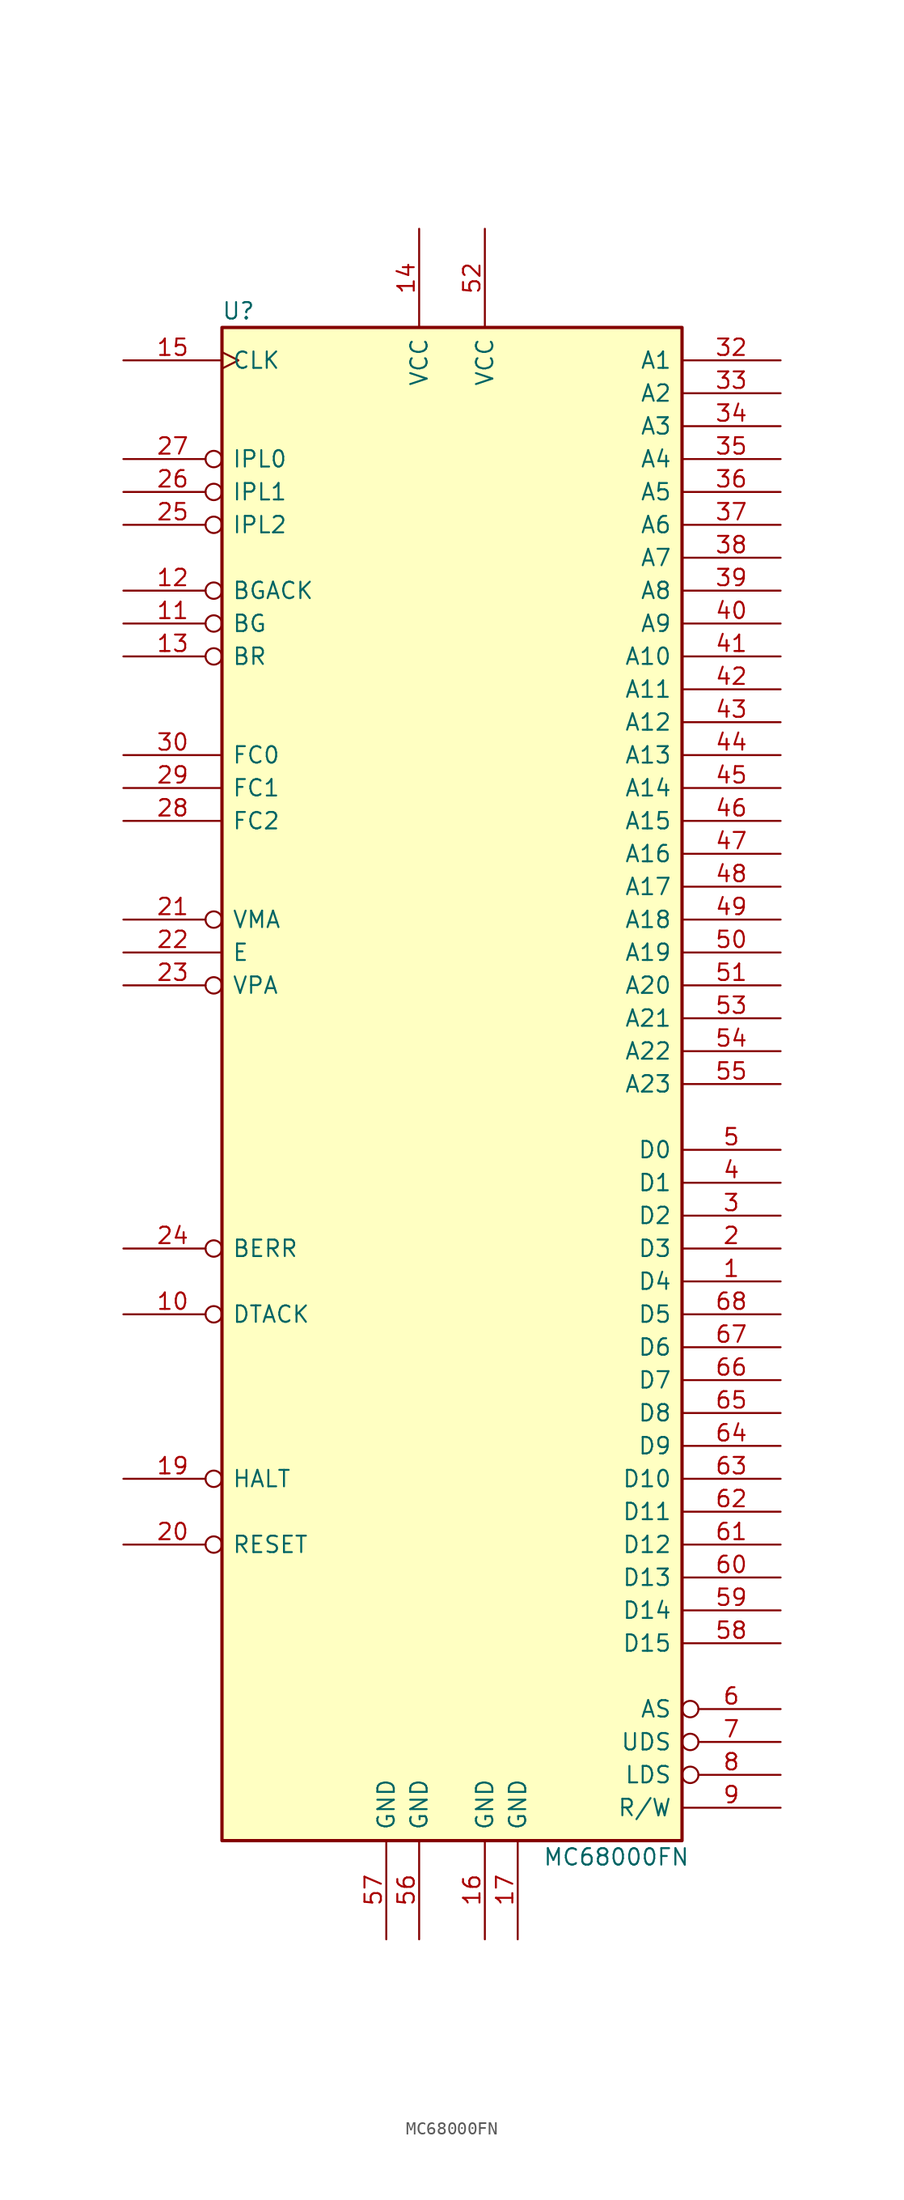
<source format=kicad_sym>
(kicad_symbol_lib
  (version 20201005)
  (generator kicad_symbol_editor)
  (symbol "CPU_NXP_68000:MC68000FN"
    (pin_names
      (offset 0.762))
    (property "Reference" "U"
      (at -16.51 59.69 0)
      (effects (font (size 1.27 1.27))))
    (property "Value" "MC68000FN"
      (at 12.7 -59.69 0)
      (effects (font (size 1.27 1.27))))
    (symbol "MC68000FN_0_1"
      (rectangle (start -17.78 58.42) (end 17.78 -58.42) (stroke (width 0.254)) (fill (type background))))
    (symbol "MC68000FN_1_1"
      (pin bidirectional line (at 25.4 -15.24 180) (length 7.62) (name "D4" (effects (font (size 1.27 1.27)))) (number "1" (effects (font (size 1.27 1.27)))))
      (pin input inverted (at -25.4 -17.78 0) (length 7.62) (name "DTACK" (effects (font (size 1.27 1.27)))) (number "10" (effects (font (size 1.27 1.27)))))
      (pin output inverted (at -25.4 35.56 0) (length 7.62) (name "BG" (effects (font (size 1.27 1.27)))) (number "11" (effects (font (size 1.27 1.27)))))
      (pin input inverted (at -25.4 38.1 0) (length 7.62) (name "BGACK" (effects (font (size 1.27 1.27)))) (number "12" (effects (font (size 1.27 1.27)))))
      (pin input inverted (at -25.4 33.02 0) (length 7.62) (name "BR" (effects (font (size 1.27 1.27)))) (number "13" (effects (font (size 1.27 1.27)))))
      (pin power_in line (at -2.54 66.04 270) (length 7.62) (name "VCC" (effects (font (size 1.27 1.27)))) (number "14" (effects (font (size 1.27 1.27)))))
      (pin input clock (at -25.4 55.88 0) (length 7.62) (name "CLK" (effects (font (size 1.27 1.27)))) (number "15" (effects (font (size 1.27 1.27)))))
      (pin power_in line (at 2.54 -66.04 90) (length 7.62) (name "GND" (effects (font (size 1.27 1.27)))) (number "16" (effects (font (size 1.27 1.27)))))
      (pin power_in line (at 5.08 -66.04 90) (length 7.62) (name "GND" (effects (font (size 1.27 1.27)))) (number "17" (effects (font (size 1.27 1.27)))))
      (pin no_connect line (at -17.78 -45.72 0) (length 0) hide (name "NC" (effects (font (size 1.27 1.27)))) (number "18" (effects (font (size 1.27 1.27)))))
      (pin bidirectional inverted (at -25.4 -30.48 0) (length 7.62) (name "HALT" (effects (font (size 1.27 1.27)))) (number "19" (effects (font (size 1.27 1.27)))))
      (pin bidirectional line (at 25.4 -12.7 180) (length 7.62) (name "D3" (effects (font (size 1.27 1.27)))) (number "2" (effects (font (size 1.27 1.27)))))
      (pin input inverted (at -25.4 -35.56 0) (length 7.62) (name "RESET" (effects (font (size 1.27 1.27)))) (number "20" (effects (font (size 1.27 1.27)))))
      (pin output inverted (at -25.4 12.7 0) (length 7.62) (name "VMA" (effects (font (size 1.27 1.27)))) (number "21" (effects (font (size 1.27 1.27)))))
      (pin output line (at -25.4 10.16 0) (length 7.62) (name "E" (effects (font (size 1.27 1.27)))) (number "22" (effects (font (size 1.27 1.27)))))
      (pin input inverted (at -25.4 7.62 0) (length 7.62) (name "VPA" (effects (font (size 1.27 1.27)))) (number "23" (effects (font (size 1.27 1.27)))))
      (pin input inverted (at -25.4 -12.7 0) (length 7.62) (name "BERR" (effects (font (size 1.27 1.27)))) (number "24" (effects (font (size 1.27 1.27)))))
      (pin input inverted (at -25.4 43.18 0) (length 7.62) (name "IPL2" (effects (font (size 1.27 1.27)))) (number "25" (effects (font (size 1.27 1.27)))))
      (pin input inverted (at -25.4 45.72 0) (length 7.62) (name "IPL1" (effects (font (size 1.27 1.27)))) (number "26" (effects (font (size 1.27 1.27)))))
      (pin input inverted (at -25.4 48.26 0) (length 7.62) (name "IPL0" (effects (font (size 1.27 1.27)))) (number "27" (effects (font (size 1.27 1.27)))))
      (pin output line (at -25.4 20.32 0) (length 7.62) (name "FC2" (effects (font (size 1.27 1.27)))) (number "28" (effects (font (size 1.27 1.27)))))
      (pin output line (at -25.4 22.86 0) (length 7.62) (name "FC1" (effects (font (size 1.27 1.27)))) (number "29" (effects (font (size 1.27 1.27)))))
      (pin bidirectional line (at 25.4 -10.16 180) (length 7.62) (name "D2" (effects (font (size 1.27 1.27)))) (number "3" (effects (font (size 1.27 1.27)))))
      (pin output line (at -25.4 25.4 0) (length 7.62) (name "FC0" (effects (font (size 1.27 1.27)))) (number "30" (effects (font (size 1.27 1.27)))))
      (pin no_connect line (at -17.78 -48.26 0) (length 0) hide (name "NC" (effects (font (size 1.27 1.27)))) (number "31" (effects (font (size 1.27 1.27)))))
      (pin output line (at 25.4 55.88 180) (length 7.62) (name "A1" (effects (font (size 1.27 1.27)))) (number "32" (effects (font (size 1.27 1.27)))))
      (pin output line (at 25.4 53.34 180) (length 7.62) (name "A2" (effects (font (size 1.27 1.27)))) (number "33" (effects (font (size 1.27 1.27)))))
      (pin output line (at 25.4 50.8 180) (length 7.62) (name "A3" (effects (font (size 1.27 1.27)))) (number "34" (effects (font (size 1.27 1.27)))))
      (pin output line (at 25.4 48.26 180) (length 7.62) (name "A4" (effects (font (size 1.27 1.27)))) (number "35" (effects (font (size 1.27 1.27)))))
      (pin output line (at 25.4 45.72 180) (length 7.62) (name "A5" (effects (font (size 1.27 1.27)))) (number "36" (effects (font (size 1.27 1.27)))))
      (pin output line (at 25.4 43.18 180) (length 7.62) (name "A6" (effects (font (size 1.27 1.27)))) (number "37" (effects (font (size 1.27 1.27)))))
      (pin output line (at 25.4 40.64 180) (length 7.62) (name "A7" (effects (font (size 1.27 1.27)))) (number "38" (effects (font (size 1.27 1.27)))))
      (pin output line (at 25.4 38.1 180) (length 7.62) (name "A8" (effects (font (size 1.27 1.27)))) (number "39" (effects (font (size 1.27 1.27)))))
      (pin bidirectional line (at 25.4 -7.62 180) (length 7.62) (name "D1" (effects (font (size 1.27 1.27)))) (number "4" (effects (font (size 1.27 1.27)))))
      (pin output line (at 25.4 35.56 180) (length 7.62) (name "A9" (effects (font (size 1.27 1.27)))) (number "40" (effects (font (size 1.27 1.27)))))
      (pin output line (at 25.4 33.02 180) (length 7.62) (name "A10" (effects (font (size 1.27 1.27)))) (number "41" (effects (font (size 1.27 1.27)))))
      (pin output line (at 25.4 30.48 180) (length 7.62) (name "A11" (effects (font (size 1.27 1.27)))) (number "42" (effects (font (size 1.27 1.27)))))
      (pin output line (at 25.4 27.94 180) (length 7.62) (name "A12" (effects (font (size 1.27 1.27)))) (number "43" (effects (font (size 1.27 1.27)))))
      (pin output line (at 25.4 25.4 180) (length 7.62) (name "A13" (effects (font (size 1.27 1.27)))) (number "44" (effects (font (size 1.27 1.27)))))
      (pin output line (at 25.4 22.86 180) (length 7.62) (name "A14" (effects (font (size 1.27 1.27)))) (number "45" (effects (font (size 1.27 1.27)))))
      (pin output line (at 25.4 20.32 180) (length 7.62) (name "A15" (effects (font (size 1.27 1.27)))) (number "46" (effects (font (size 1.27 1.27)))))
      (pin output line (at 25.4 17.78 180) (length 7.62) (name "A16" (effects (font (size 1.27 1.27)))) (number "47" (effects (font (size 1.27 1.27)))))
      (pin output line (at 25.4 15.24 180) (length 7.62) (name "A17" (effects (font (size 1.27 1.27)))) (number "48" (effects (font (size 1.27 1.27)))))
      (pin output line (at 25.4 12.7 180) (length 7.62) (name "A18" (effects (font (size 1.27 1.27)))) (number "49" (effects (font (size 1.27 1.27)))))
      (pin bidirectional line (at 25.4 -5.08 180) (length 7.62) (name "D0" (effects (font (size 1.27 1.27)))) (number "5" (effects (font (size 1.27 1.27)))))
      (pin output line (at 25.4 10.16 180) (length 7.62) (name "A19" (effects (font (size 1.27 1.27)))) (number "50" (effects (font (size 1.27 1.27)))))
      (pin output line (at 25.4 7.62 180) (length 7.62) (name "A20" (effects (font (size 1.27 1.27)))) (number "51" (effects (font (size 1.27 1.27)))))
      (pin power_in line (at 2.54 66.04 270) (length 7.62) (name "VCC" (effects (font (size 1.27 1.27)))) (number "52" (effects (font (size 1.27 1.27)))))
      (pin output line (at 25.4 5.08 180) (length 7.62) (name "A21" (effects (font (size 1.27 1.27)))) (number "53" (effects (font (size 1.27 1.27)))))
      (pin output line (at 25.4 2.54 180) (length 7.62) (name "A22" (effects (font (size 1.27 1.27)))) (number "54" (effects (font (size 1.27 1.27)))))
      (pin output line (at 25.4 0 180) (length 7.62) (name "A23" (effects (font (size 1.27 1.27)))) (number "55" (effects (font (size 1.27 1.27)))))
      (pin power_in line (at -2.54 -66.04 90) (length 7.62) (name "GND" (effects (font (size 1.27 1.27)))) (number "56" (effects (font (size 1.27 1.27)))))
      (pin power_in line (at -5.08 -66.04 90) (length 7.62) (name "GND" (effects (font (size 1.27 1.27)))) (number "57" (effects (font (size 1.27 1.27)))))
      (pin bidirectional line (at 25.4 -43.18 180) (length 7.62) (name "D15" (effects (font (size 1.27 1.27)))) (number "58" (effects (font (size 1.27 1.27)))))
      (pin bidirectional line (at 25.4 -40.64 180) (length 7.62) (name "D14" (effects (font (size 1.27 1.27)))) (number "59" (effects (font (size 1.27 1.27)))))
      (pin output inverted (at 25.4 -48.26 180) (length 7.62) (name "AS" (effects (font (size 1.27 1.27)))) (number "6" (effects (font (size 1.27 1.27)))))
      (pin bidirectional line (at 25.4 -38.1 180) (length 7.62) (name "D13" (effects (font (size 1.27 1.27)))) (number "60" (effects (font (size 1.27 1.27)))))
      (pin bidirectional line (at 25.4 -35.56 180) (length 7.62) (name "D12" (effects (font (size 1.27 1.27)))) (number "61" (effects (font (size 1.27 1.27)))))
      (pin bidirectional line (at 25.4 -33.02 180) (length 7.62) (name "D11" (effects (font (size 1.27 1.27)))) (number "62" (effects (font (size 1.27 1.27)))))
      (pin bidirectional line (at 25.4 -30.48 180) (length 7.62) (name "D10" (effects (font (size 1.27 1.27)))) (number "63" (effects (font (size 1.27 1.27)))))
      (pin bidirectional line (at 25.4 -27.94 180) (length 7.62) (name "D9" (effects (font (size 1.27 1.27)))) (number "64" (effects (font (size 1.27 1.27)))))
      (pin bidirectional line (at 25.4 -25.4 180) (length 7.62) (name "D8" (effects (font (size 1.27 1.27)))) (number "65" (effects (font (size 1.27 1.27)))))
      (pin bidirectional line (at 25.4 -22.86 180) (length 7.62) (name "D7" (effects (font (size 1.27 1.27)))) (number "66" (effects (font (size 1.27 1.27)))))
      (pin bidirectional line (at 25.4 -20.32 180) (length 7.62) (name "D6" (effects (font (size 1.27 1.27)))) (number "67" (effects (font (size 1.27 1.27)))))
      (pin bidirectional line (at 25.4 -17.78 180) (length 7.62) (name "D5" (effects (font (size 1.27 1.27)))) (number "68" (effects (font (size 1.27 1.27)))))
      (pin output inverted (at 25.4 -50.8 180) (length 7.62) (name "UDS" (effects (font (size 1.27 1.27)))) (number "7" (effects (font (size 1.27 1.27)))))
      (pin output inverted (at 25.4 -53.34 180) (length 7.62) (name "LDS" (effects (font (size 1.27 1.27)))) (number "8" (effects (font (size 1.27 1.27)))))
      (pin output line (at 25.4 -55.88 180) (length 7.62) (name "R/W" (effects (font (size 1.27 1.27)))) (number "9" (effects (font (size 1.27 1.27))))))))
</source>
